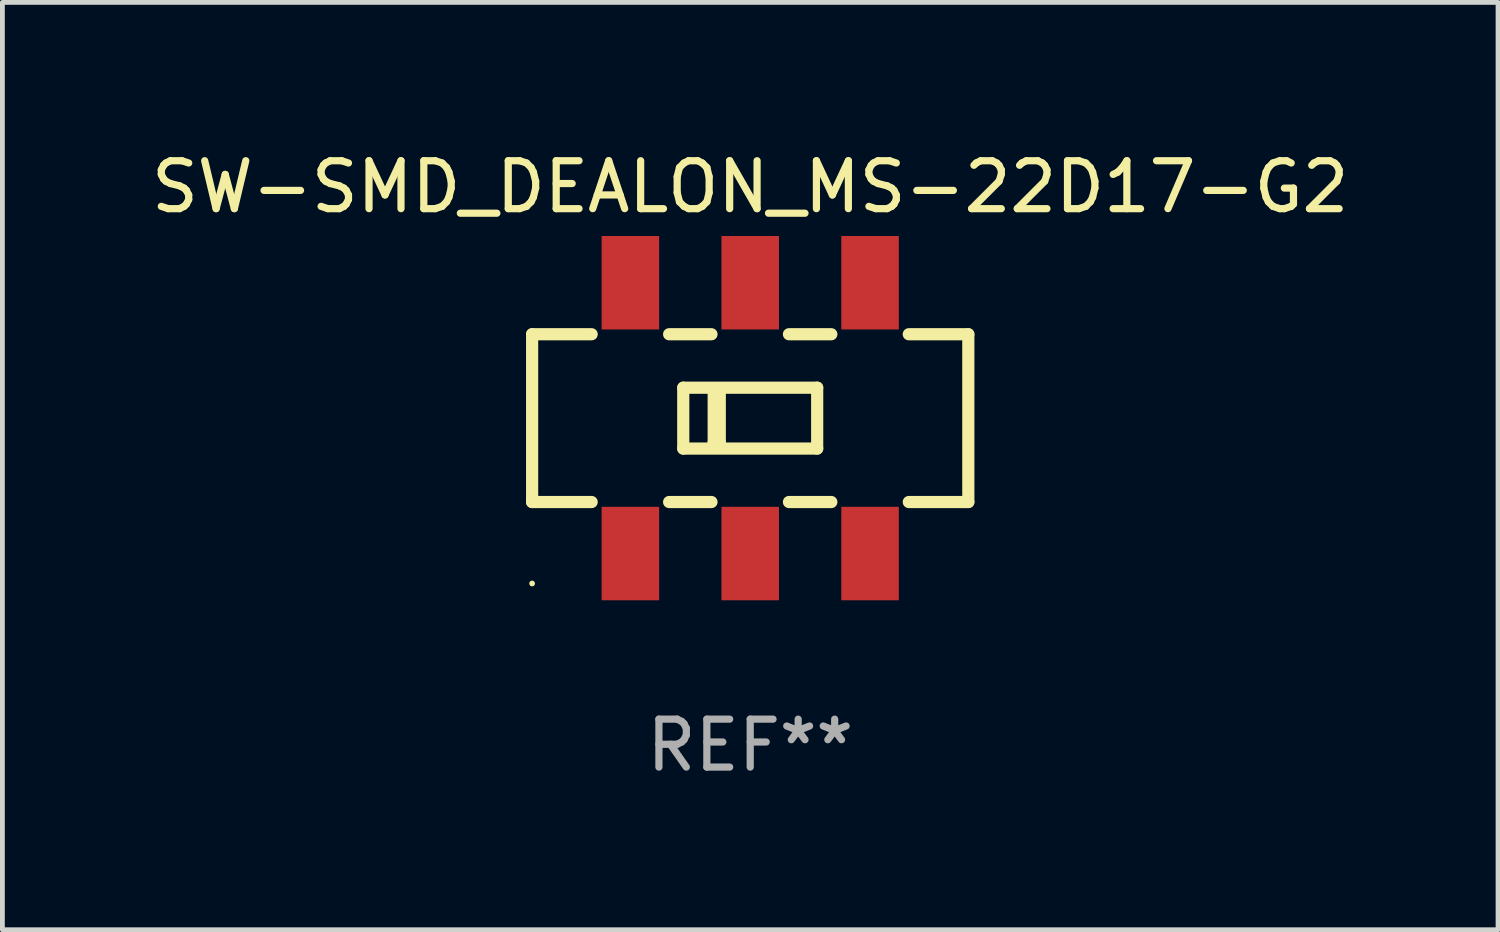
<source format=kicad_pcb>
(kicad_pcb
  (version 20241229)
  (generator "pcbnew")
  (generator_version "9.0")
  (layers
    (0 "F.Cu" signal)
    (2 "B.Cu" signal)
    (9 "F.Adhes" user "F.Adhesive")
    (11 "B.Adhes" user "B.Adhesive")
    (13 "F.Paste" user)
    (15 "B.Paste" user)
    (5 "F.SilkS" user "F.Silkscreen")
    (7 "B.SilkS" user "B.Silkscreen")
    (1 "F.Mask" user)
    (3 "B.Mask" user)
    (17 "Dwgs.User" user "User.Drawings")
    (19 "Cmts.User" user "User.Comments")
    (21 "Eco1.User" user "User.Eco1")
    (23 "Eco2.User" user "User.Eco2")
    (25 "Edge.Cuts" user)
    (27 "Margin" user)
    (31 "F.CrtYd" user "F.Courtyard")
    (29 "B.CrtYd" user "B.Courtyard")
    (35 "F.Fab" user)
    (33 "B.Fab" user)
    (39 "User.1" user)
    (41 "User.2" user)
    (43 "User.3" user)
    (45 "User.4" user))
  (footprint "SW-SMD_DEALON_MS-22D17-G2"
    (layer "F.Cu")
    (at 12.601 5.673)
    (property "Reference" "SW-SMD_DEALON_MS-22D17-G2" (at 0.000013 -4.825 0) (layer "F.SilkS") (effects (font (size 1 1) (thickness 0.15))))
    (attr smd)
    (fp_line (start -4.55 -1.75) (end -4.55 1.75) (stroke (width 0.254) (type solid)) (layer "F.SilkS"))
    (fp_line (start -4.55 -1.75) (end -3.308 -1.75) (stroke (width 0.254) (type solid)) (layer "F.SilkS"))
    (fp_line (start -4.55 1.75) (end -3.308 1.75) (stroke (width 0.254) (type solid)) (layer "F.SilkS"))
    (fp_line (start -1.692 1.75) (end -0.808 1.75) (stroke (width 0.254) (type solid)) (layer "F.SilkS"))
    (fp_line (start -1.692 -1.75) (end -0.808 -1.75) (stroke (width 0.254) (type solid)) (layer "F.SilkS"))
    (fp_line (start -1.397 -0.635) (end -1.397 0.635) (stroke (width 0.254) (type solid)) (layer "F.SilkS"))
    (fp_line (start -1.397 0.635) (end 1.397 0.635) (stroke (width 0.254) (type solid)) (layer "F.SilkS"))
    (fp_line (start -0.762 -0.508) (end -0.762 0.508) (stroke (width 0.254) (type solid)) (layer "F.SilkS"))
    (fp_line (start -0.762 0.508) (end -0.635 0.508) (stroke (width 0.254) (type solid)) (layer "F.SilkS"))
    (fp_line (start -0.635 0.508) (end -0.635 -0.508) (stroke (width 0.254) (type solid)) (layer "F.SilkS"))
    (fp_line (start 0.808 1.75) (end 1.692 1.75) (stroke (width 0.254) (type solid)) (layer "F.SilkS"))
    (fp_line (start 0.808 -1.75) (end 1.692 -1.75) (stroke (width 0.254) (type solid)) (layer "F.SilkS"))
    (fp_line (start 1.397 -0.635) (end -1.397 -0.635) (stroke (width 0.254) (type solid)) (layer "F.SilkS"))
    (fp_line (start 1.397 0.635) (end 1.397 -0.635) (stroke (width 0.254) (type solid)) (layer "F.SilkS"))
    (fp_line (start 3.308 1.75) (end 4.55 1.75) (stroke (width 0.254) (type solid)) (layer "F.SilkS"))
    (fp_line (start 3.308 -1.75) (end 4.55 -1.75) (stroke (width 0.254) (type solid)) (layer "F.SilkS"))
    (fp_line (start 4.55 -1.75) (end 4.55 1.75) (stroke (width 0.254) (type solid)) (layer "F.SilkS"))
    (fp_circle (center -4.55 3.45) (end -4.52 3.45) (stroke (width 0.06) (type solid)) (fill no) (layer "F.SilkS"))
    (fp_text user "REF**" (at 0.000013 6.825 0) (layer "F.Fab") (effects (font (size 1 1) (thickness 0.15))))
    (pad "1" smd rect (at -2.5 2.825) (size 1.2 1.95) (layers "F.Cu" "F.Mask" "F.Paste"))
    (pad "2" smd rect (at 0 2.825) (size 1.2 1.95) (layers "F.Cu" "F.Mask" "F.Paste"))
    (pad "3" smd rect (at 2.5 2.825) (size 1.2 1.95) (layers "F.Cu" "F.Mask" "F.Paste"))
    (pad "4" smd rect (at 2.5 -2.825) (size 1.2 1.95) (layers "F.Cu" "F.Mask" "F.Paste"))
    (pad "5" smd rect (at 0 -2.825) (size 1.2 1.95) (layers "F.Cu" "F.Mask" "F.Paste"))
    (pad "6" smd rect (at -2.5 -2.825) (size 1.2 1.95) (layers "F.Cu" "F.Mask" "F.Paste")))
  (gr_rect
    (start -3 -3)
    (end 28.202 16.346)
    (stroke (width 0.1) (type default))
    (fill no)
    (layer "Edge.Cuts")))
</source>
